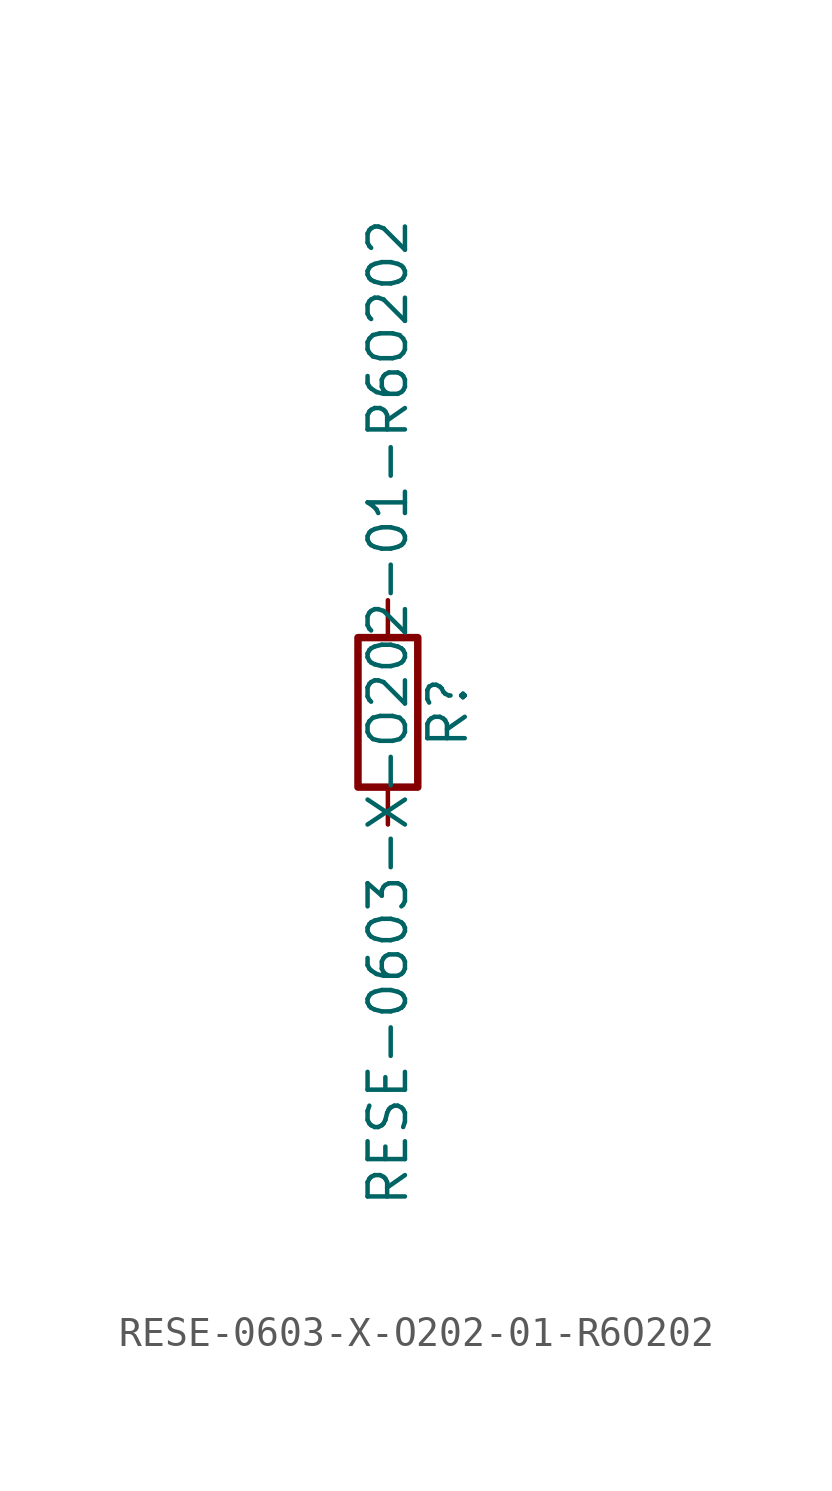
<source format=kicad_sym>
(kicad_symbol_lib
  (version 20211014)
  (generator kicad_symbol_editor)
  (symbol "RESE-0603-X-O202-01-R6O202"
    (pin_numbers hide)
    (pin_names
      (offset 0))
    (property "Reference" "R"
      (at 2.032 0 90)
      (effects (font (size 1.27 1.27))))
    (property "Value" "RESE-0603-X-O202-01-R6O202"
      (at 0 0 90)
      (effects (font (size 1.27 1.27))))
    (symbol "RESE-0603-X-O202-01-R6O202_0_1"
      (rectangle (start -1.016 -2.54) (end 1.016 2.54) (stroke (width 0.254) (type default) (color 0 0 0 0)) (fill (type none))))
    (symbol "RESE-0603-X-O202-01-R6O202_1_1"
      (pin passive line (at 0 3.81 270) (length 1.27) (name "~" (effects (font (size 1.27 1.27)))) (number "1" (effects (font (size 1.27 1.27)))))
      (pin passive line (at 0 -3.81 90) (length 1.27) (name "~" (effects (font (size 1.27 1.27)))) (number "2" (effects (font (size 1.27 1.27))))))))
</source>
